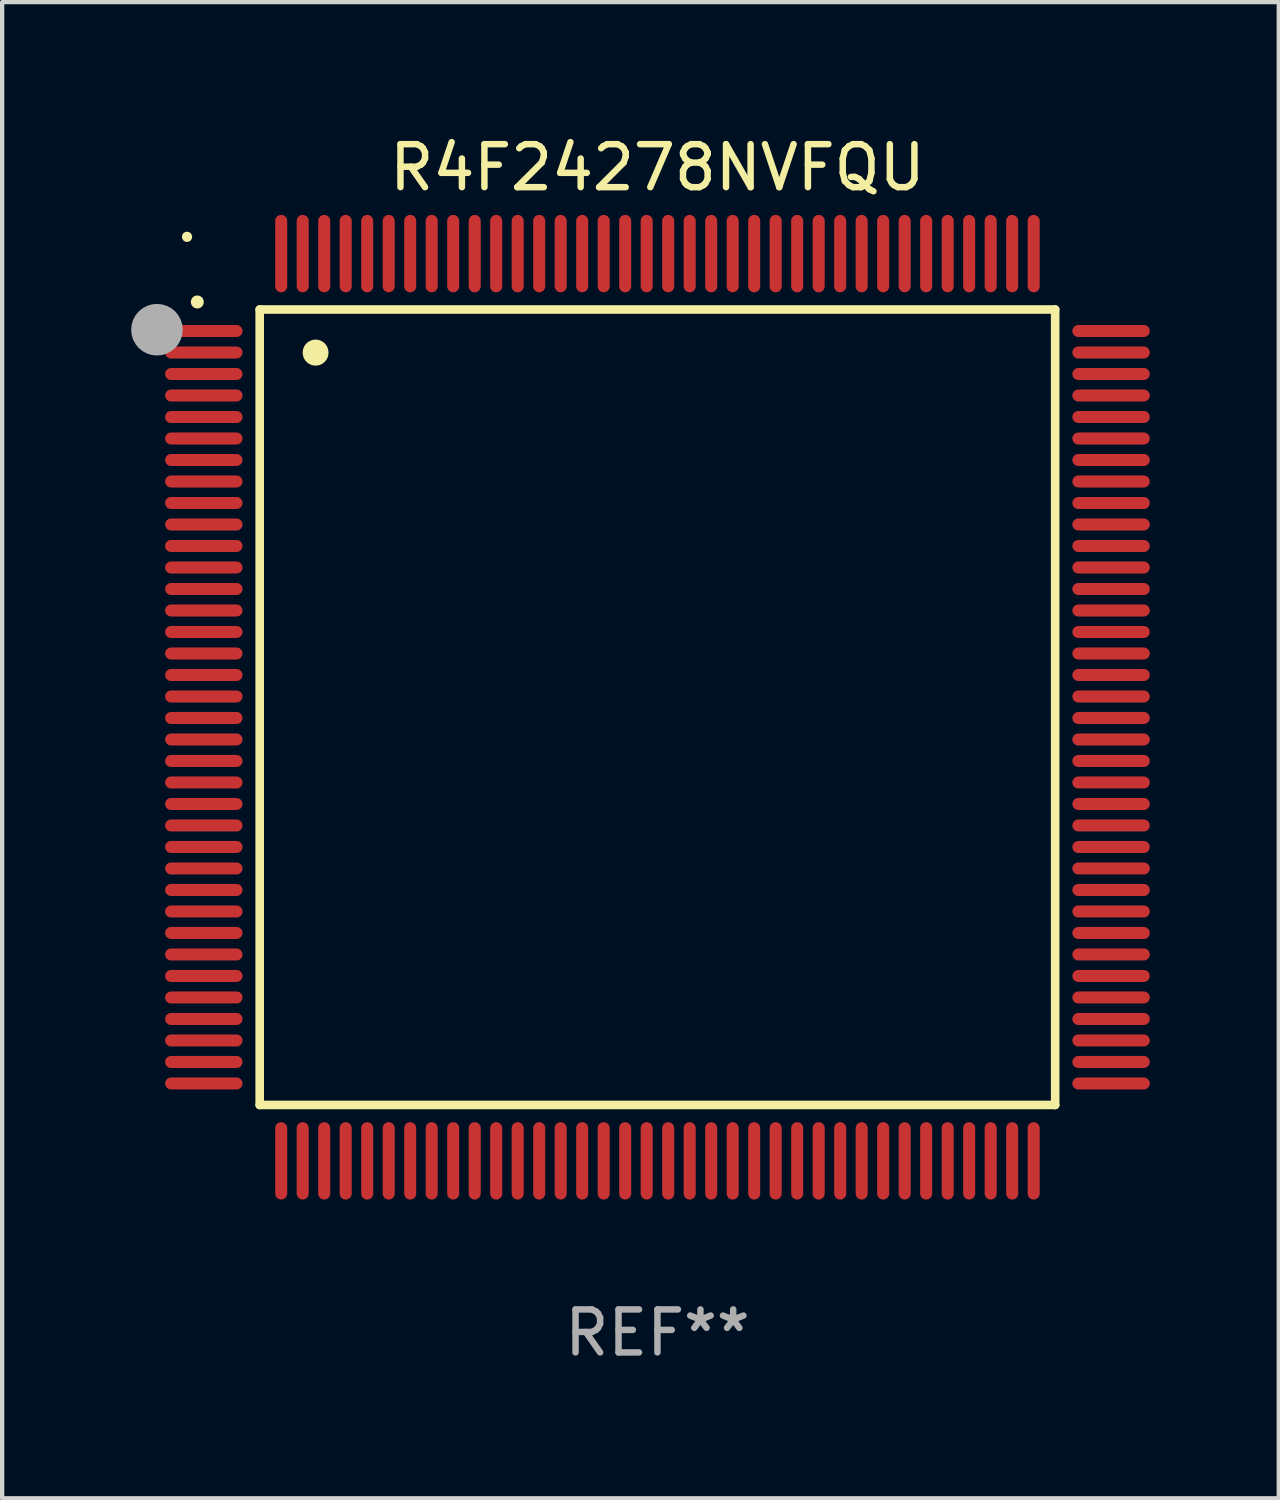
<source format=kicad_pcb>
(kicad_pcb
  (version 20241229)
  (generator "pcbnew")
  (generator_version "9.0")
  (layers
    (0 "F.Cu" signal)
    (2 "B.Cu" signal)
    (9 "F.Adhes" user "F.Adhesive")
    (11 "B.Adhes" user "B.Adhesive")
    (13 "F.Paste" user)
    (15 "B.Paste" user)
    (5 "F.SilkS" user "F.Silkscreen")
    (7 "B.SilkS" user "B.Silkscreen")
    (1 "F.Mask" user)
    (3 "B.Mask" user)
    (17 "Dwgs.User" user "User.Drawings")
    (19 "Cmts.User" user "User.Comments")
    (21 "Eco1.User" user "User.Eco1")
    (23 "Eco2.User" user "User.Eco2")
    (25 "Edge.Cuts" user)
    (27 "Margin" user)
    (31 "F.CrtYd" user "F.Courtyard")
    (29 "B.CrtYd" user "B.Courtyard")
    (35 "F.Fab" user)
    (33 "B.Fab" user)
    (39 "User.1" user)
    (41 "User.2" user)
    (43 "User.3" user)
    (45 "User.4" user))
  (footprint "R4F24278NVFQU"
    (layer "F.Cu")
    (at 12.24 13.398)
    (property "Reference" "R4F24278NVFQU" (at 0 -12.55 0) (layer "F.SilkS") (effects (font (size 1 1) (thickness 0.15))))
    (attr through_hole)
    (fp_line (start -9.25 -9.25) (end 9.25 -9.25) (stroke (width 0.2) (type solid)) (layer "F.SilkS"))
    (fp_line (start -9.25 9.25) (end -9.25 -9.25) (stroke (width 0.2) (type solid)) (layer "F.SilkS"))
    (fp_line (start 9.25 -9.25) (end 9.25 9.25) (stroke (width 0.2) (type solid)) (layer "F.SilkS"))
    (fp_line (start 9.25 9.25) (end -9.25 9.25) (stroke (width 0.2) (type solid)) (layer "F.SilkS"))
    (fp_arc (start -10.701041 -9.423419) (mid -10.701046 -9.424689) (end -10.701041 -9.425959) (stroke (width 0.3) (type solid)) (layer "F.SilkS"))
    (fp_arc (start -7.950216 -8.244856) (mid -7.950227 -8.247396) (end -7.950216 -8.249936) (stroke (width 0.6) (type solid)) (layer "F.SilkS"))
    (fp_circle (center -10.94 -10.94) (end -10.88 -10.94) (stroke (width 0.12) (type solid)) (fill no) (layer "F.SilkS"))
    (fp_circle (center -11.64 -8.78) (end -11.34 -8.78) (stroke (width 0.6) (type solid)) (fill no) (layer "F.Fab"))
    (fp_text user "REF**" (at 0 14.55 0) (layer "F.Fab") (effects (font (size 1 1) (thickness 0.15))))
    (pad "1" smd oval (at -10.55 -8.75 90) (size 0.28 1.8) (layers "F.Cu" "F.Mask" "F.Paste"))
    (pad "2" smd oval (at -10.55 -8.25 90) (size 0.28 1.8) (layers "F.Cu" "F.Mask" "F.Paste"))
    (pad "3" smd oval (at -10.55 -7.75 90) (size 0.28 1.8) (layers "F.Cu" "F.Mask" "F.Paste"))
    (pad "4" smd oval (at -10.55 -7.25 90) (size 0.28 1.8) (layers "F.Cu" "F.Mask" "F.Paste"))
    (pad "5" smd oval (at -10.55 -6.75 90) (size 0.28 1.8) (layers "F.Cu" "F.Mask" "F.Paste"))
    (pad "6" smd oval (at -10.55 -6.25 90) (size 0.28 1.8) (layers "F.Cu" "F.Mask" "F.Paste"))
    (pad "7" smd oval (at -10.55 -5.75 90) (size 0.28 1.8) (layers "F.Cu" "F.Mask" "F.Paste"))
    (pad "8" smd oval (at -10.55 -5.25 90) (size 0.28 1.8) (layers "F.Cu" "F.Mask" "F.Paste"))
    (pad "9" smd oval (at -10.55 -4.75 90) (size 0.28 1.8) (layers "F.Cu" "F.Mask" "F.Paste"))
    (pad "10" smd oval (at -10.55 -4.25 90) (size 0.28 1.8) (layers "F.Cu" "F.Mask" "F.Paste"))
    (pad "11" smd oval (at -10.55 -3.75 90) (size 0.28 1.8) (layers "F.Cu" "F.Mask" "F.Paste"))
    (pad "12" smd oval (at -10.55 -3.25 90) (size 0.28 1.8) (layers "F.Cu" "F.Mask" "F.Paste"))
    (pad "13" smd oval (at -10.55 -2.75 90) (size 0.28 1.8) (layers "F.Cu" "F.Mask" "F.Paste"))
    (pad "14" smd oval (at -10.55 -2.25 90) (size 0.28 1.8) (layers "F.Cu" "F.Mask" "F.Paste"))
    (pad "15" smd oval (at -10.55 -1.75 90) (size 0.28 1.8) (layers "F.Cu" "F.Mask" "F.Paste"))
    (pad "16" smd oval (at -10.55 -1.25 90) (size 0.28 1.8) (layers "F.Cu" "F.Mask" "F.Paste"))
    (pad "17" smd oval (at -10.55 -0.75 90) (size 0.28 1.8) (layers "F.Cu" "F.Mask" "F.Paste"))
    (pad "18" smd oval (at -10.55 -0.25 90) (size 0.28 1.8) (layers "F.Cu" "F.Mask" "F.Paste"))
    (pad "19" smd oval (at -10.55 0.25 90) (size 0.28 1.8) (layers "F.Cu" "F.Mask" "F.Paste"))
    (pad "20" smd oval (at -10.55 0.75 90) (size 0.28 1.8) (layers "F.Cu" "F.Mask" "F.Paste"))
    (pad "21" smd oval (at -10.55 1.25 90) (size 0.28 1.8) (layers "F.Cu" "F.Mask" "F.Paste"))
    (pad "22" smd oval (at -10.55 1.75 90) (size 0.28 1.8) (layers "F.Cu" "F.Mask" "F.Paste"))
    (pad "23" smd oval (at -10.55 2.25 90) (size 0.28 1.8) (layers "F.Cu" "F.Mask" "F.Paste"))
    (pad "24" smd oval (at -10.55 2.75 90) (size 0.28 1.8) (layers "F.Cu" "F.Mask" "F.Paste"))
    (pad "25" smd oval (at -10.55 3.25 90) (size 0.28 1.8) (layers "F.Cu" "F.Mask" "F.Paste"))
    (pad "26" smd oval (at -10.55 3.75 90) (size 0.28 1.8) (layers "F.Cu" "F.Mask" "F.Paste"))
    (pad "27" smd oval (at -10.55 4.25 90) (size 0.28 1.8) (layers "F.Cu" "F.Mask" "F.Paste"))
    (pad "28" smd oval (at -10.55 4.75 90) (size 0.28 1.8) (layers "F.Cu" "F.Mask" "F.Paste"))
    (pad "29" smd oval (at -10.55 5.25 90) (size 0.28 1.8) (layers "F.Cu" "F.Mask" "F.Paste"))
    (pad "30" smd oval (at -10.55 5.75 90) (size 0.28 1.8) (layers "F.Cu" "F.Mask" "F.Paste"))
    (pad "31" smd oval (at -10.55 6.25 90) (size 0.28 1.8) (layers "F.Cu" "F.Mask" "F.Paste"))
    (pad "32" smd oval (at -10.55 6.75 90) (size 0.28 1.8) (layers "F.Cu" "F.Mask" "F.Paste"))
    (pad "33" smd oval (at -10.55 7.25 90) (size 0.28 1.8) (layers "F.Cu" "F.Mask" "F.Paste"))
    (pad "34" smd oval (at -10.55 7.75 90) (size 0.28 1.8) (layers "F.Cu" "F.Mask" "F.Paste"))
    (pad "35" smd oval (at -10.55 8.25 90) (size 0.28 1.8) (layers "F.Cu" "F.Mask" "F.Paste"))
    (pad "36" smd oval (at -10.55 8.75 90) (size 0.28 1.8) (layers "F.Cu" "F.Mask" "F.Paste"))
    (pad "37" smd oval (at -8.75 10.55) (size 0.28 1.8) (layers "F.Cu" "F.Mask" "F.Paste"))
    (pad "38" smd oval (at -8.25 10.55) (size 0.28 1.8) (layers "F.Cu" "F.Mask" "F.Paste"))
    (pad "39" smd oval (at -7.75 10.55) (size 0.28 1.8) (layers "F.Cu" "F.Mask" "F.Paste"))
    (pad "40" smd oval (at -7.25 10.55) (size 0.28 1.8) (layers "F.Cu" "F.Mask" "F.Paste"))
    (pad "41" smd oval (at -6.75 10.55) (size 0.28 1.8) (layers "F.Cu" "F.Mask" "F.Paste"))
    (pad "42" smd oval (at -6.25 10.55) (size 0.28 1.8) (layers "F.Cu" "F.Mask" "F.Paste"))
    (pad "43" smd oval (at -5.75 10.55) (size 0.28 1.8) (layers "F.Cu" "F.Mask" "F.Paste"))
    (pad "44" smd oval (at -5.25 10.55) (size 0.28 1.8) (layers "F.Cu" "F.Mask" "F.Paste"))
    (pad "45" smd oval (at -4.75 10.55) (size 0.28 1.8) (layers "F.Cu" "F.Mask" "F.Paste"))
    (pad "46" smd oval (at -4.25 10.55) (size 0.28 1.8) (layers "F.Cu" "F.Mask" "F.Paste"))
    (pad "47" smd oval (at -3.75 10.55) (size 0.28 1.8) (layers "F.Cu" "F.Mask" "F.Paste"))
    (pad "48" smd oval (at -3.25 10.55) (size 0.28 1.8) (layers "F.Cu" "F.Mask" "F.Paste"))
    (pad "49" smd oval (at -2.75 10.55) (size 0.28 1.8) (layers "F.Cu" "F.Mask" "F.Paste"))
    (pad "50" smd oval (at -2.25 10.55) (size 0.28 1.8) (layers "F.Cu" "F.Mask" "F.Paste"))
    (pad "51" smd oval (at -1.75 10.55) (size 0.28 1.8) (layers "F.Cu" "F.Mask" "F.Paste"))
    (pad "52" smd oval (at -1.25 10.55) (size 0.28 1.8) (layers "F.Cu" "F.Mask" "F.Paste"))
    (pad "53" smd oval (at -0.75 10.55) (size 0.28 1.8) (layers "F.Cu" "F.Mask" "F.Paste"))
    (pad "54" smd oval (at -0.25 10.55) (size 0.28 1.8) (layers "F.Cu" "F.Mask" "F.Paste"))
    (pad "55" smd oval (at 0.25 10.55) (size 0.28 1.8) (layers "F.Cu" "F.Mask" "F.Paste"))
    (pad "56" smd oval (at 0.75 10.55) (size 0.28 1.8) (layers "F.Cu" "F.Mask" "F.Paste"))
    (pad "57" smd oval (at 1.25 10.55) (size 0.28 1.8) (layers "F.Cu" "F.Mask" "F.Paste"))
    (pad "58" smd oval (at 1.75 10.55) (size 0.28 1.8) (layers "F.Cu" "F.Mask" "F.Paste"))
    (pad "59" smd oval (at 2.25 10.55) (size 0.28 1.8) (layers "F.Cu" "F.Mask" "F.Paste"))
    (pad "60" smd oval (at 2.75 10.55) (size 0.28 1.8) (layers "F.Cu" "F.Mask" "F.Paste"))
    (pad "61" smd oval (at 3.25 10.55) (size 0.28 1.8) (layers "F.Cu" "F.Mask" "F.Paste"))
    (pad "62" smd oval (at 3.75 10.55) (size 0.28 1.8) (layers "F.Cu" "F.Mask" "F.Paste"))
    (pad "63" smd oval (at 4.25 10.55) (size 0.28 1.8) (layers "F.Cu" "F.Mask" "F.Paste"))
    (pad "64" smd oval (at 4.75 10.55) (size 0.28 1.8) (layers "F.Cu" "F.Mask" "F.Paste"))
    (pad "65" smd oval (at 5.25 10.55) (size 0.28 1.8) (layers "F.Cu" "F.Mask" "F.Paste"))
    (pad "66" smd oval (at 5.75 10.55) (size 0.28 1.8) (layers "F.Cu" "F.Mask" "F.Paste"))
    (pad "67" smd oval (at 6.25 10.55) (size 0.28 1.8) (layers "F.Cu" "F.Mask" "F.Paste"))
    (pad "68" smd oval (at 6.75 10.55) (size 0.28 1.8) (layers "F.Cu" "F.Mask" "F.Paste"))
    (pad "69" smd oval (at 7.25 10.55) (size 0.28 1.8) (layers "F.Cu" "F.Mask" "F.Paste"))
    (pad "70" smd oval (at 7.75 10.55) (size 0.28 1.8) (layers "F.Cu" "F.Mask" "F.Paste"))
    (pad "71" smd oval (at 8.25 10.55) (size 0.28 1.8) (layers "F.Cu" "F.Mask" "F.Paste"))
    (pad "72" smd oval (at 8.75 10.55) (size 0.28 1.8) (layers "F.Cu" "F.Mask" "F.Paste"))
    (pad "73" smd oval (at 10.55 8.75 90) (size 0.28 1.8) (layers "F.Cu" "F.Mask" "F.Paste"))
    (pad "74" smd oval (at 10.55 8.25 90) (size 0.28 1.8) (layers "F.Cu" "F.Mask" "F.Paste"))
    (pad "75" smd oval (at 10.55 7.75 90) (size 0.28 1.8) (layers "F.Cu" "F.Mask" "F.Paste"))
    (pad "76" smd oval (at 10.55 7.25 90) (size 0.28 1.8) (layers "F.Cu" "F.Mask" "F.Paste"))
    (pad "77" smd oval (at 10.55 6.75 90) (size 0.28 1.8) (layers "F.Cu" "F.Mask" "F.Paste"))
    (pad "78" smd oval (at 10.55 6.25 90) (size 0.28 1.8) (layers "F.Cu" "F.Mask" "F.Paste"))
    (pad "79" smd oval (at 10.55 5.75 90) (size 0.28 1.8) (layers "F.Cu" "F.Mask" "F.Paste"))
    (pad "80" smd oval (at 10.55 5.25 90) (size 0.28 1.8) (layers "F.Cu" "F.Mask" "F.Paste"))
    (pad "81" smd oval (at 10.55 4.75 90) (size 0.28 1.8) (layers "F.Cu" "F.Mask" "F.Paste"))
    (pad "82" smd oval (at 10.55 4.25 90) (size 0.28 1.8) (layers "F.Cu" "F.Mask" "F.Paste"))
    (pad "83" smd oval (at 10.55 3.75 90) (size 0.28 1.8) (layers "F.Cu" "F.Mask" "F.Paste"))
    (pad "84" smd oval (at 10.55 3.25 90) (size 0.28 1.8) (layers "F.Cu" "F.Mask" "F.Paste"))
    (pad "85" smd oval (at 10.55 2.75 90) (size 0.28 1.8) (layers "F.Cu" "F.Mask" "F.Paste"))
    (pad "86" smd oval (at 10.55 2.25 90) (size 0.28 1.8) (layers "F.Cu" "F.Mask" "F.Paste"))
    (pad "87" smd oval (at 10.55 1.75 90) (size 0.28 1.8) (layers "F.Cu" "F.Mask" "F.Paste"))
    (pad "88" smd oval (at 10.55 1.25 90) (size 0.28 1.8) (layers "F.Cu" "F.Mask" "F.Paste"))
    (pad "89" smd oval (at 10.55 0.75 90) (size 0.28 1.8) (layers "F.Cu" "F.Mask" "F.Paste"))
    (pad "90" smd oval (at 10.55 0.25 90) (size 0.28 1.8) (layers "F.Cu" "F.Mask" "F.Paste"))
    (pad "91" smd oval (at 10.55 -0.25 90) (size 0.28 1.8) (layers "F.Cu" "F.Mask" "F.Paste"))
    (pad "92" smd oval (at 10.55 -0.75 90) (size 0.28 1.8) (layers "F.Cu" "F.Mask" "F.Paste"))
    (pad "93" smd oval (at 10.55 -1.25 90) (size 0.28 1.8) (layers "F.Cu" "F.Mask" "F.Paste"))
    (pad "94" smd oval (at 10.55 -1.75 90) (size 0.28 1.8) (layers "F.Cu" "F.Mask" "F.Paste"))
    (pad "95" smd oval (at 10.55 -2.25 90) (size 0.28 1.8) (layers "F.Cu" "F.Mask" "F.Paste"))
    (pad "96" smd oval (at 10.55 -2.75 90) (size 0.28 1.8) (layers "F.Cu" "F.Mask" "F.Paste"))
    (pad "97" smd oval (at 10.55 -3.25 90) (size 0.28 1.8) (layers "F.Cu" "F.Mask" "F.Paste"))
    (pad "98" smd oval (at 10.55 -3.75 90) (size 0.28 1.8) (layers "F.Cu" "F.Mask" "F.Paste"))
    (pad "99" smd oval (at 10.55 -4.25 90) (size 0.28 1.8) (layers "F.Cu" "F.Mask" "F.Paste"))
    (pad "100" smd oval (at 10.55 -4.75 90) (size 0.28 1.8) (layers "F.Cu" "F.Mask" "F.Paste"))
    (pad "101" smd oval (at 10.55 -5.25 90) (size 0.28 1.8) (layers "F.Cu" "F.Mask" "F.Paste"))
    (pad "102" smd oval (at 10.55 -5.75 90) (size 0.28 1.8) (layers "F.Cu" "F.Mask" "F.Paste"))
    (pad "103" smd oval (at 10.55 -6.25 90) (size 0.28 1.8) (layers "F.Cu" "F.Mask" "F.Paste"))
    (pad "104" smd oval (at 10.55 -6.75 90) (size 0.28 1.8) (layers "F.Cu" "F.Mask" "F.Paste"))
    (pad "105" smd oval (at 10.55 -7.25 90) (size 0.28 1.8) (layers "F.Cu" "F.Mask" "F.Paste"))
    (pad "106" smd oval (at 10.55 -7.75 90) (size 0.28 1.8) (layers "F.Cu" "F.Mask" "F.Paste"))
    (pad "107" smd oval (at 10.55 -8.25 90) (size 0.28 1.8) (layers "F.Cu" "F.Mask" "F.Paste"))
    (pad "108" smd oval (at 10.55 -8.75 90) (size 0.28 1.8) (layers "F.Cu" "F.Mask" "F.Paste"))
    (pad "109" smd oval (at 8.75 -10.55) (size 0.28 1.8) (layers "F.Cu" "F.Mask" "F.Paste"))
    (pad "110" smd oval (at 8.25 -10.55) (size 0.28 1.8) (layers "F.Cu" "F.Mask" "F.Paste"))
    (pad "111" smd oval (at 7.75 -10.55) (size 0.28 1.8) (layers "F.Cu" "F.Mask" "F.Paste"))
    (pad "112" smd oval (at 7.25 -10.55) (size 0.28 1.8) (layers "F.Cu" "F.Mask" "F.Paste"))
    (pad "113" smd oval (at 6.75 -10.55) (size 0.28 1.8) (layers "F.Cu" "F.Mask" "F.Paste"))
    (pad "114" smd oval (at 6.25 -10.55) (size 0.28 1.8) (layers "F.Cu" "F.Mask" "F.Paste"))
    (pad "115" smd oval (at 5.75 -10.55) (size 0.28 1.8) (layers "F.Cu" "F.Mask" "F.Paste"))
    (pad "116" smd oval (at 5.25 -10.55) (size 0.28 1.8) (layers "F.Cu" "F.Mask" "F.Paste"))
    (pad "117" smd oval (at 4.75 -10.55) (size 0.28 1.8) (layers "F.Cu" "F.Mask" "F.Paste"))
    (pad "118" smd oval (at 4.25 -10.55) (size 0.28 1.8) (layers "F.Cu" "F.Mask" "F.Paste"))
    (pad "119" smd oval (at 3.75 -10.55) (size 0.28 1.8) (layers "F.Cu" "F.Mask" "F.Paste"))
    (pad "120" smd oval (at 3.25 -10.55) (size 0.28 1.8) (layers "F.Cu" "F.Mask" "F.Paste"))
    (pad "121" smd oval (at 2.75 -10.55) (size 0.28 1.8) (layers "F.Cu" "F.Mask" "F.Paste"))
    (pad "122" smd oval (at 2.25 -10.55) (size 0.28 1.8) (layers "F.Cu" "F.Mask" "F.Paste"))
    (pad "123" smd oval (at 1.75 -10.55) (size 0.28 1.8) (layers "F.Cu" "F.Mask" "F.Paste"))
    (pad "124" smd oval (at 1.25 -10.55) (size 0.28 1.8) (layers "F.Cu" "F.Mask" "F.Paste"))
    (pad "125" smd oval (at 0.75 -10.55) (size 0.28 1.8) (layers "F.Cu" "F.Mask" "F.Paste"))
    (pad "126" smd oval (at 0.25 -10.55) (size 0.28 1.8) (layers "F.Cu" "F.Mask" "F.Paste"))
    (pad "127" smd oval (at -0.25 -10.55) (size 0.28 1.8) (layers "F.Cu" "F.Mask" "F.Paste"))
    (pad "128" smd oval (at -0.75 -10.55) (size 0.28 1.8) (layers "F.Cu" "F.Mask" "F.Paste"))
    (pad "129" smd oval (at -1.25 -10.55) (size 0.28 1.8) (layers "F.Cu" "F.Mask" "F.Paste"))
    (pad "130" smd oval (at -1.75 -10.55) (size 0.28 1.8) (layers "F.Cu" "F.Mask" "F.Paste"))
    (pad "131" smd oval (at -2.25 -10.55) (size 0.28 1.8) (layers "F.Cu" "F.Mask" "F.Paste"))
    (pad "132" smd oval (at -2.75 -10.55) (size 0.28 1.8) (layers "F.Cu" "F.Mask" "F.Paste"))
    (pad "133" smd oval (at -3.25 -10.55) (size 0.28 1.8) (layers "F.Cu" "F.Mask" "F.Paste"))
    (pad "134" smd oval (at -3.75 -10.55) (size 0.28 1.8) (layers "F.Cu" "F.Mask" "F.Paste"))
    (pad "135" smd oval (at -4.25 -10.55) (size 0.28 1.8) (layers "F.Cu" "F.Mask" "F.Paste"))
    (pad "136" smd oval (at -4.75 -10.55) (size 0.28 1.8) (layers "F.Cu" "F.Mask" "F.Paste"))
    (pad "137" smd oval (at -5.25 -10.55) (size 0.28 1.8) (layers "F.Cu" "F.Mask" "F.Paste"))
    (pad "138" smd oval (at -5.75 -10.55) (size 0.28 1.8) (layers "F.Cu" "F.Mask" "F.Paste"))
    (pad "139" smd oval (at -6.25 -10.55) (size 0.28 1.8) (layers "F.Cu" "F.Mask" "F.Paste"))
    (pad "140" smd oval (at -6.75 -10.55) (size 0.28 1.8) (layers "F.Cu" "F.Mask" "F.Paste"))
    (pad "141" smd oval (at -7.25 -10.55) (size 0.28 1.8) (layers "F.Cu" "F.Mask" "F.Paste"))
    (pad "142" smd oval (at -7.75 -10.55) (size 0.28 1.8) (layers "F.Cu" "F.Mask" "F.Paste"))
    (pad "143" smd oval (at -8.25 -10.55) (size 0.28 1.8) (layers "F.Cu" "F.Mask" "F.Paste"))
    (pad "144" smd oval (at -8.75 -10.55) (size 0.28 1.8) (layers "F.Cu" "F.Mask" "F.Paste")))
  (gr_rect
    (start -3 -3)
    (end 26.69 31.796)
    (stroke (width 0.1) (type default))
    (fill no)
    (layer "Edge.Cuts")))
</source>
